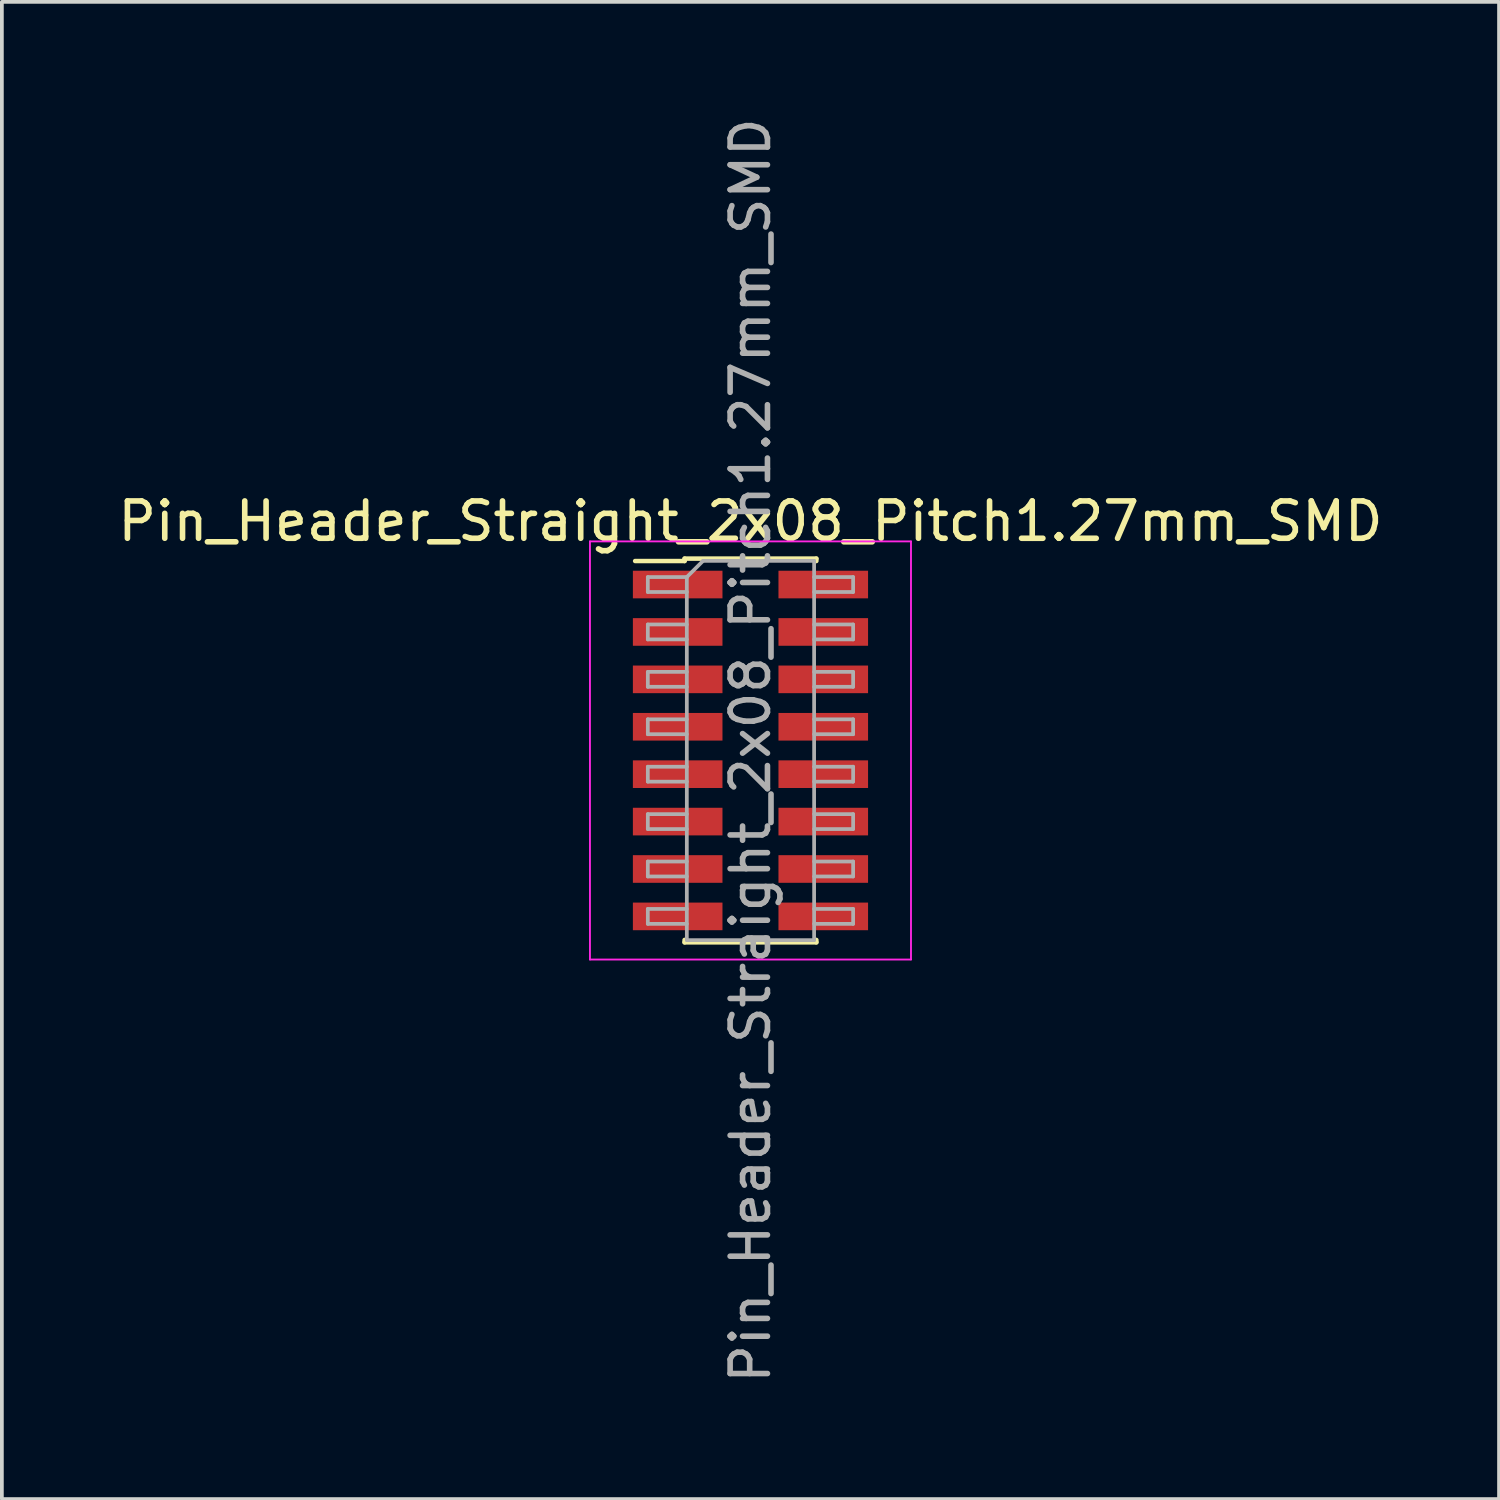
<source format=kicad_pcb>
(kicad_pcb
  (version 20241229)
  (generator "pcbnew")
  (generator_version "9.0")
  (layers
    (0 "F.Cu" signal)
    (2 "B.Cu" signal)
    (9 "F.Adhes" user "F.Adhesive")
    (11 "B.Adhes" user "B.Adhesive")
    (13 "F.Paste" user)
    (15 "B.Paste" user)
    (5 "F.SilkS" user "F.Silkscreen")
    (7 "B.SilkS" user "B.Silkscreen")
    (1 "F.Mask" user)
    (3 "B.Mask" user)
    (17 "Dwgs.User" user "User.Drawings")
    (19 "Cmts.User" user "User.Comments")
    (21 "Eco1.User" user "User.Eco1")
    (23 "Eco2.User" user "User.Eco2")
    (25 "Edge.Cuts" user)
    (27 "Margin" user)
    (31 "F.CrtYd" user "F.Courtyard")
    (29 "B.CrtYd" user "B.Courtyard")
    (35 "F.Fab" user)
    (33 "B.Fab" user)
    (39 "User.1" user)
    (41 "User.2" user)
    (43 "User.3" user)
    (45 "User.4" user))
  (footprint "Pin_Header_Straight_2x08_Pitch1.27mm_SMD"
    (layer "F.Cu")
    (at 17.054 17.054)
    (property "Reference" "Pin_Header_Straight_2x08_Pitch1.27mm_SMD" (at 0 -6.14 0) (layer "F.SilkS") (effects (font (size 1 1) (thickness 0.15))))
    (attr smd)
    (fp_line (start -3.09 -5.075) (end -1.765 -5.075) (stroke (width 0.12) (type solid)) (layer "F.SilkS"))
    (fp_line (start -1.765 -5.14) (end -1.765 -5.075) (stroke (width 0.12) (type solid)) (layer "F.SilkS"))
    (fp_line (start -1.765 -5.14) (end 1.765 -5.14) (stroke (width 0.12) (type solid)) (layer "F.SilkS"))
    (fp_line (start -1.765 5.075) (end -1.765 5.14) (stroke (width 0.12) (type solid)) (layer "F.SilkS"))
    (fp_line (start -1.765 5.14) (end 1.765 5.14) (stroke (width 0.12) (type solid)) (layer "F.SilkS"))
    (fp_line (start 1.765 -5.14) (end 1.765 -5.075) (stroke (width 0.12) (type solid)) (layer "F.SilkS"))
    (fp_line (start 1.765 5.075) (end 1.765 5.14) (stroke (width 0.12) (type solid)) (layer "F.SilkS"))
    (fp_line (start -4.3 -5.6) (end -4.3 5.6) (stroke (width 0.05) (type solid)) (layer "F.CrtYd"))
    (fp_line (start -4.3 5.6) (end 4.3 5.6) (stroke (width 0.05) (type solid)) (layer "F.CrtYd"))
    (fp_line (start 4.3 -5.6) (end -4.3 -5.6) (stroke (width 0.05) (type solid)) (layer "F.CrtYd"))
    (fp_line (start 4.3 5.6) (end 4.3 -5.6) (stroke (width 0.05) (type solid)) (layer "F.CrtYd"))
    (fp_line (start -2.75 -4.645) (end -2.75 -4.245) (stroke (width 0.1) (type solid)) (layer "F.Fab"))
    (fp_line (start -2.75 -4.245) (end -1.705 -4.245) (stroke (width 0.1) (type solid)) (layer "F.Fab"))
    (fp_line (start -2.75 -3.375) (end -2.75 -2.975) (stroke (width 0.1) (type solid)) (layer "F.Fab"))
    (fp_line (start -2.75 -2.975) (end -1.705 -2.975) (stroke (width 0.1) (type solid)) (layer "F.Fab"))
    (fp_line (start -2.75 -2.105) (end -2.75 -1.705) (stroke (width 0.1) (type solid)) (layer "F.Fab"))
    (fp_line (start -2.75 -1.705) (end -1.705 -1.705) (stroke (width 0.1) (type solid)) (layer "F.Fab"))
    (fp_line (start -2.75 -0.835) (end -2.75 -0.435) (stroke (width 0.1) (type solid)) (layer "F.Fab"))
    (fp_line (start -2.75 -0.435) (end -1.705 -0.435) (stroke (width 0.1) (type solid)) (layer "F.Fab"))
    (fp_line (start -2.75 0.435) (end -2.75 0.835) (stroke (width 0.1) (type solid)) (layer "F.Fab"))
    (fp_line (start -2.75 0.835) (end -1.705 0.835) (stroke (width 0.1) (type solid)) (layer "F.Fab"))
    (fp_line (start -2.75 1.705) (end -2.75 2.105) (stroke (width 0.1) (type solid)) (layer "F.Fab"))
    (fp_line (start -2.75 2.105) (end -1.705 2.105) (stroke (width 0.1) (type solid)) (layer "F.Fab"))
    (fp_line (start -2.75 2.975) (end -2.75 3.375) (stroke (width 0.1) (type solid)) (layer "F.Fab"))
    (fp_line (start -2.75 3.375) (end -1.705 3.375) (stroke (width 0.1) (type solid)) (layer "F.Fab"))
    (fp_line (start -2.75 4.245) (end -2.75 4.645) (stroke (width 0.1) (type solid)) (layer "F.Fab"))
    (fp_line (start -2.75 4.645) (end -1.705 4.645) (stroke (width 0.1) (type solid)) (layer "F.Fab"))
    (fp_line (start -1.705 -4.645) (end -2.75 -4.645) (stroke (width 0.1) (type solid)) (layer "F.Fab"))
    (fp_line (start -1.705 -4.645) (end -1.27 -5.08) (stroke (width 0.1) (type solid)) (layer "F.Fab"))
    (fp_line (start -1.705 -3.375) (end -2.75 -3.375) (stroke (width 0.1) (type solid)) (layer "F.Fab"))
    (fp_line (start -1.705 -2.105) (end -2.75 -2.105) (stroke (width 0.1) (type solid)) (layer "F.Fab"))
    (fp_line (start -1.705 -0.835) (end -2.75 -0.835) (stroke (width 0.1) (type solid)) (layer "F.Fab"))
    (fp_line (start -1.705 0.435) (end -2.75 0.435) (stroke (width 0.1) (type solid)) (layer "F.Fab"))
    (fp_line (start -1.705 1.705) (end -2.75 1.705) (stroke (width 0.1) (type solid)) (layer "F.Fab"))
    (fp_line (start -1.705 2.975) (end -2.75 2.975) (stroke (width 0.1) (type solid)) (layer "F.Fab"))
    (fp_line (start -1.705 4.245) (end -2.75 4.245) (stroke (width 0.1) (type solid)) (layer "F.Fab"))
    (fp_line (start -1.705 5.08) (end -1.705 -4.645) (stroke (width 0.1) (type solid)) (layer "F.Fab"))
    (fp_line (start -1.27 -5.08) (end 1.705 -5.08) (stroke (width 0.1) (type solid)) (layer "F.Fab"))
    (fp_line (start 1.705 -5.08) (end 1.705 5.08) (stroke (width 0.1) (type solid)) (layer "F.Fab"))
    (fp_line (start 1.705 -4.645) (end 2.75 -4.645) (stroke (width 0.1) (type solid)) (layer "F.Fab"))
    (fp_line (start 1.705 -3.375) (end 2.75 -3.375) (stroke (width 0.1) (type solid)) (layer "F.Fab"))
    (fp_line (start 1.705 -2.105) (end 2.75 -2.105) (stroke (width 0.1) (type solid)) (layer "F.Fab"))
    (fp_line (start 1.705 -0.835) (end 2.75 -0.835) (stroke (width 0.1) (type solid)) (layer "F.Fab"))
    (fp_line (start 1.705 0.435) (end 2.75 0.435) (stroke (width 0.1) (type solid)) (layer "F.Fab"))
    (fp_line (start 1.705 1.705) (end 2.75 1.705) (stroke (width 0.1) (type solid)) (layer "F.Fab"))
    (fp_line (start 1.705 2.975) (end 2.75 2.975) (stroke (width 0.1) (type solid)) (layer "F.Fab"))
    (fp_line (start 1.705 4.245) (end 2.75 4.245) (stroke (width 0.1) (type solid)) (layer "F.Fab"))
    (fp_line (start 1.705 5.08) (end -1.705 5.08) (stroke (width 0.1) (type solid)) (layer "F.Fab"))
    (fp_line (start 2.75 -4.645) (end 2.75 -4.245) (stroke (width 0.1) (type solid)) (layer "F.Fab"))
    (fp_line (start 2.75 -4.245) (end 1.705 -4.245) (stroke (width 0.1) (type solid)) (layer "F.Fab"))
    (fp_line (start 2.75 -3.375) (end 2.75 -2.975) (stroke (width 0.1) (type solid)) (layer "F.Fab"))
    (fp_line (start 2.75 -2.975) (end 1.705 -2.975) (stroke (width 0.1) (type solid)) (layer "F.Fab"))
    (fp_line (start 2.75 -2.105) (end 2.75 -1.705) (stroke (width 0.1) (type solid)) (layer "F.Fab"))
    (fp_line (start 2.75 -1.705) (end 1.705 -1.705) (stroke (width 0.1) (type solid)) (layer "F.Fab"))
    (fp_line (start 2.75 -0.835) (end 2.75 -0.435) (stroke (width 0.1) (type solid)) (layer "F.Fab"))
    (fp_line (start 2.75 -0.435) (end 1.705 -0.435) (stroke (width 0.1) (type solid)) (layer "F.Fab"))
    (fp_line (start 2.75 0.435) (end 2.75 0.835) (stroke (width 0.1) (type solid)) (layer "F.Fab"))
    (fp_line (start 2.75 0.835) (end 1.705 0.835) (stroke (width 0.1) (type solid)) (layer "F.Fab"))
    (fp_line (start 2.75 1.705) (end 2.75 2.105) (stroke (width 0.1) (type solid)) (layer "F.Fab"))
    (fp_line (start 2.75 2.105) (end 1.705 2.105) (stroke (width 0.1) (type solid)) (layer "F.Fab"))
    (fp_line (start 2.75 2.975) (end 2.75 3.375) (stroke (width 0.1) (type solid)) (layer "F.Fab"))
    (fp_line (start 2.75 3.375) (end 1.705 3.375) (stroke (width 0.1) (type solid)) (layer "F.Fab"))
    (fp_line (start 2.75 4.245) (end 2.75 4.645) (stroke (width 0.1) (type solid)) (layer "F.Fab"))
    (fp_line (start 2.75 4.645) (end 1.705 4.645) (stroke (width 0.1) (type solid)) (layer "F.Fab"))
    (fp_text user "${REFERENCE}" (at 0 0 90) (layer "F.Fab") (effects (font (size 1 1) (thickness 0.15))))
    (pad "1" smd rect (at -1.95 -4.445) (size 2.4 0.74) (layers "F.Cu" "F.Mask" "F.Paste"))
    (pad "2" smd rect (at 1.95 -4.445) (size 2.4 0.74) (layers "F.Cu" "F.Mask" "F.Paste"))
    (pad "3" smd rect (at -1.95 -3.175) (size 2.4 0.74) (layers "F.Cu" "F.Mask" "F.Paste"))
    (pad "4" smd rect (at 1.95 -3.175) (size 2.4 0.74) (layers "F.Cu" "F.Mask" "F.Paste"))
    (pad "5" smd rect (at -1.95 -1.905) (size 2.4 0.74) (layers "F.Cu" "F.Mask" "F.Paste"))
    (pad "6" smd rect (at 1.95 -1.905) (size 2.4 0.74) (layers "F.Cu" "F.Mask" "F.Paste"))
    (pad "7" smd rect (at -1.95 -0.635) (size 2.4 0.74) (layers "F.Cu" "F.Mask" "F.Paste"))
    (pad "8" smd rect (at 1.95 -0.635) (size 2.4 0.74) (layers "F.Cu" "F.Mask" "F.Paste"))
    (pad "9" smd rect (at -1.95 0.635) (size 2.4 0.74) (layers "F.Cu" "F.Mask" "F.Paste"))
    (pad "10" smd rect (at 1.95 0.635) (size 2.4 0.74) (layers "F.Cu" "F.Mask" "F.Paste"))
    (pad "11" smd rect (at -1.95 1.905) (size 2.4 0.74) (layers "F.Cu" "F.Mask" "F.Paste"))
    (pad "12" smd rect (at 1.95 1.905) (size 2.4 0.74) (layers "F.Cu" "F.Mask" "F.Paste"))
    (pad "13" smd rect (at -1.95 3.175) (size 2.4 0.74) (layers "F.Cu" "F.Mask" "F.Paste"))
    (pad "14" smd rect (at 1.95 3.175) (size 2.4 0.74) (layers "F.Cu" "F.Mask" "F.Paste"))
    (pad "15" smd rect (at -1.95 4.445) (size 2.4 0.74) (layers "F.Cu" "F.Mask" "F.Paste"))
    (pad "16" smd rect (at 1.95 4.445) (size 2.4 0.74) (layers "F.Cu" "F.Mask" "F.Paste")))
  (gr_rect
    (start -3 -3)
    (end 37.107 37.107)
    (stroke (width 0.1) (type default))
    (fill no)
    (layer "Edge.Cuts")))
</source>
